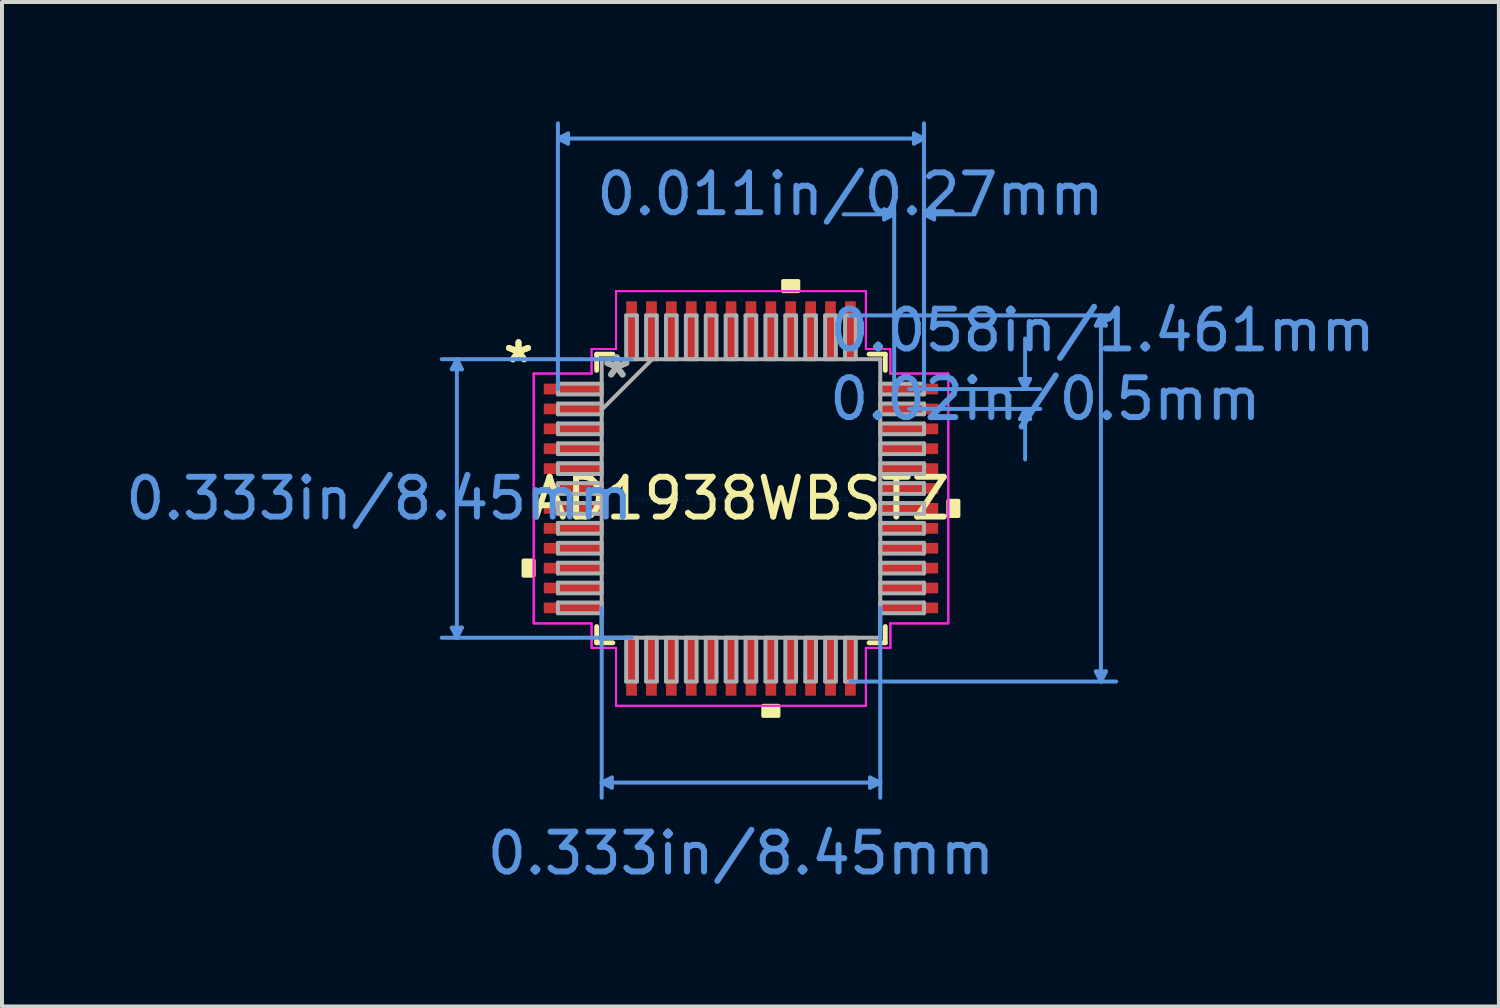
<source format=kicad_pcb>
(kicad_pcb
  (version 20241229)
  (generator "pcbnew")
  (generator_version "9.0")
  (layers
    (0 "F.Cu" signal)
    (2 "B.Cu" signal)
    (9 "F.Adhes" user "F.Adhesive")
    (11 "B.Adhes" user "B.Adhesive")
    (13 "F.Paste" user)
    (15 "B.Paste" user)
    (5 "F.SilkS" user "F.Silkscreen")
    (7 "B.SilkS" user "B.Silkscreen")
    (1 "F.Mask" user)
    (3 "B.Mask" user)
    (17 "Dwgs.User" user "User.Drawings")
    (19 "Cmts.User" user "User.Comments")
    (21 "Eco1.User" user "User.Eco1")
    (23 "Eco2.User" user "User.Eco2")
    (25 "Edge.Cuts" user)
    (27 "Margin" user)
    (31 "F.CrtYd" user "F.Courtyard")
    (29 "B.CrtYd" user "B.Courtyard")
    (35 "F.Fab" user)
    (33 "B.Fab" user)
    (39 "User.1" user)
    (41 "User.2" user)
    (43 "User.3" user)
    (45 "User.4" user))
  (footprint "AD1938WBSTZ"
    (layer "F.Cu")
    (at 15.57 9.476)
    (property "Reference" "AD1938WBSTZ" (at 0 0 0) (layer "F.SilkS") (effects (font (size 1 1) (thickness 0.15))))
    (attr through_hole)
    (fp_line (start -3.627 -3.627) (end -3.627 -3.218) (stroke (width 0.12) (type solid)) (layer "F.SilkS"))
    (fp_line (start -3.627 3.218) (end -3.627 3.627) (stroke (width 0.12) (type solid)) (layer "F.SilkS"))
    (fp_line (start -3.627 3.627) (end -3.218 3.627) (stroke (width 0.12) (type solid)) (layer "F.SilkS"))
    (fp_line (start -3.218 -3.627) (end -3.627 -3.627) (stroke (width 0.12) (type solid)) (layer "F.SilkS"))
    (fp_line (start 3.218 3.627) (end 3.627 3.627) (stroke (width 0.12) (type solid)) (layer "F.SilkS"))
    (fp_line (start 3.627 -3.627) (end 3.218 -3.627) (stroke (width 0.12) (type solid)) (layer "F.SilkS"))
    (fp_line (start 3.627 -3.218) (end 3.627 -3.627) (stroke (width 0.12) (type solid)) (layer "F.SilkS"))
    (fp_line (start 3.627 3.627) (end 3.627 3.218) (stroke (width 0.12) (type solid)) (layer "F.SilkS"))
    (fp_poly (pts (xy -5.464 1.559) (xy -5.464 1.94) (xy -5.21 1.94) (xy -5.21 1.559)) (stroke (width 0.1) (type solid)) (fill yes) (layer "F.SilkS"))
    (fp_poly (pts (xy 0.56 5.21) (xy 0.56 5.464) (xy 0.941 5.464) (xy 0.941 5.21)) (stroke (width 0.1) (type solid)) (fill yes) (layer "F.SilkS"))
    (fp_poly (pts (xy 1.06 -5.21) (xy 1.06 -5.464) (xy 1.44 -5.464) (xy 1.44 -5.21)) (stroke (width 0.1) (type solid)) (fill yes) (layer "F.SilkS"))
    (fp_poly (pts (xy 5.464 0.059) (xy 5.464 0.441) (xy 5.21 0.441) (xy 5.21 0.059)) (stroke (width 0.1) (type solid)) (fill yes) (layer "F.SilkS"))
    (fp_line (start -7.267 -3.246) (end -7.013 -3.246) (stroke (width 0.1) (type solid)) (layer "Cmts.User"))
    (fp_line (start -7.267 3.246) (end -7.013 3.246) (stroke (width 0.1) (type solid)) (layer "Cmts.User"))
    (fp_line (start -7.14 -3.5) (end -7.267 -3.246) (stroke (width 0.1) (type solid)) (layer "Cmts.User"))
    (fp_line (start -7.14 -3.5) (end -7.14 3.5) (stroke (width 0.1) (type solid)) (layer "Cmts.User"))
    (fp_line (start -7.14 -3.5) (end -7.013 -3.246) (stroke (width 0.1) (type solid)) (layer "Cmts.User"))
    (fp_line (start -7.14 3.5) (end -7.267 3.246) (stroke (width 0.1) (type solid)) (layer "Cmts.User"))
    (fp_line (start -7.14 3.5) (end -7.013 3.246) (stroke (width 0.1) (type solid)) (layer "Cmts.User"))
    (fp_line (start -4.6 -9.045) (end -4.346 -9.172) (stroke (width 0.1) (type solid)) (layer "Cmts.User"))
    (fp_line (start -4.6 -9.045) (end -4.346 -8.918) (stroke (width 0.1) (type solid)) (layer "Cmts.User"))
    (fp_line (start -4.6 -9.045) (end 4.6 -9.045) (stroke (width 0.1) (type solid)) (layer "Cmts.User"))
    (fp_line (start -4.6 -2.75) (end -4.6 -9.426) (stroke (width 0.1) (type solid)) (layer "Cmts.User"))
    (fp_line (start -4.346 -9.172) (end -4.346 -8.918) (stroke (width 0.1) (type solid)) (layer "Cmts.User"))
    (fp_line (start -3.5 2.75) (end -3.5 7.521) (stroke (width 0.1) (type solid)) (layer "Cmts.User"))
    (fp_line (start -3.5 7.14) (end -3.246 7.013) (stroke (width 0.1) (type solid)) (layer "Cmts.User"))
    (fp_line (start -3.5 7.14) (end -3.246 7.267) (stroke (width 0.1) (type solid)) (layer "Cmts.User"))
    (fp_line (start -3.5 7.14) (end 3.5 7.14) (stroke (width 0.1) (type solid)) (layer "Cmts.User"))
    (fp_line (start -3.246 7.013) (end -3.246 7.267) (stroke (width 0.1) (type solid)) (layer "Cmts.User"))
    (fp_line (start -2.75 -3.5) (end -7.521 -3.5) (stroke (width 0.1) (type solid)) (layer "Cmts.User"))
    (fp_line (start -2.75 3.5) (end -7.521 3.5) (stroke (width 0.1) (type solid)) (layer "Cmts.User"))
    (fp_line (start 2.75 -4.6) (end 9.426 -4.6) (stroke (width 0.1) (type solid)) (layer "Cmts.User"))
    (fp_line (start 2.75 4.6) (end 9.426 4.6) (stroke (width 0.1) (type solid)) (layer "Cmts.User"))
    (fp_line (start 3.246 7.013) (end 3.246 7.267) (stroke (width 0.1) (type solid)) (layer "Cmts.User"))
    (fp_line (start 3.5 2.75) (end 3.5 7.521) (stroke (width 0.1) (type solid)) (layer "Cmts.User"))
    (fp_line (start 3.5 7.14) (end 3.246 7.013) (stroke (width 0.1) (type solid)) (layer "Cmts.User"))
    (fp_line (start 3.5 7.14) (end 3.246 7.267) (stroke (width 0.1) (type solid)) (layer "Cmts.User"))
    (fp_line (start 3.596 -7.267) (end 3.596 -7.013) (stroke (width 0.1) (type solid)) (layer "Cmts.User"))
    (fp_line (start 3.85 -7.14) (end 2.58 -7.14) (stroke (width 0.1) (type solid)) (layer "Cmts.User"))
    (fp_line (start 3.85 -7.14) (end 3.596 -7.267) (stroke (width 0.1) (type solid)) (layer "Cmts.User"))
    (fp_line (start 3.85 -7.14) (end 3.596 -7.013) (stroke (width 0.1) (type solid)) (layer "Cmts.User"))
    (fp_line (start 3.85 -2.75) (end 3.85 -7.521) (stroke (width 0.1) (type solid)) (layer "Cmts.User"))
    (fp_line (start 4.225 -2.75) (end 7.521 -2.75) (stroke (width 0.1) (type solid)) (layer "Cmts.User"))
    (fp_line (start 4.225 -2.25) (end 7.521 -2.25) (stroke (width 0.1) (type solid)) (layer "Cmts.User"))
    (fp_line (start 4.346 -9.172) (end 4.346 -8.918) (stroke (width 0.1) (type solid)) (layer "Cmts.User"))
    (fp_line (start 4.6 -9.045) (end 4.346 -9.172) (stroke (width 0.1) (type solid)) (layer "Cmts.User"))
    (fp_line (start 4.6 -9.045) (end 4.346 -8.918) (stroke (width 0.1) (type solid)) (layer "Cmts.User"))
    (fp_line (start 4.6 -7.14) (end 4.854 -7.267) (stroke (width 0.1) (type solid)) (layer "Cmts.User"))
    (fp_line (start 4.6 -7.14) (end 4.854 -7.013) (stroke (width 0.1) (type solid)) (layer "Cmts.User"))
    (fp_line (start 4.6 -7.14) (end 5.87 -7.14) (stroke (width 0.1) (type solid)) (layer "Cmts.User"))
    (fp_line (start 4.6 -2.75) (end 4.6 -9.426) (stroke (width 0.1) (type solid)) (layer "Cmts.User"))
    (fp_line (start 4.6 -2.75) (end 4.6 -7.521) (stroke (width 0.1) (type solid)) (layer "Cmts.User"))
    (fp_line (start 4.854 -7.267) (end 4.854 -7.013) (stroke (width 0.1) (type solid)) (layer "Cmts.User"))
    (fp_line (start 7.013 -3.004) (end 7.267 -3.004) (stroke (width 0.1) (type solid)) (layer "Cmts.User"))
    (fp_line (start 7.013 -1.996) (end 7.267 -1.996) (stroke (width 0.1) (type solid)) (layer "Cmts.User"))
    (fp_line (start 7.14 -2.75) (end 7.013 -3.004) (stroke (width 0.1) (type solid)) (layer "Cmts.User"))
    (fp_line (start 7.14 -2.75) (end 7.14 -4.02) (stroke (width 0.1) (type solid)) (layer "Cmts.User"))
    (fp_line (start 7.14 -2.75) (end 7.267 -3.004) (stroke (width 0.1) (type solid)) (layer "Cmts.User"))
    (fp_line (start 7.14 -2.25) (end 7.013 -1.996) (stroke (width 0.1) (type solid)) (layer "Cmts.User"))
    (fp_line (start 7.14 -2.25) (end 7.14 -0.98) (stroke (width 0.1) (type solid)) (layer "Cmts.User"))
    (fp_line (start 7.14 -2.25) (end 7.267 -1.996) (stroke (width 0.1) (type solid)) (layer "Cmts.User"))
    (fp_line (start 8.918 -4.346) (end 9.172 -4.346) (stroke (width 0.1) (type solid)) (layer "Cmts.User"))
    (fp_line (start 8.918 4.346) (end 9.172 4.346) (stroke (width 0.1) (type solid)) (layer "Cmts.User"))
    (fp_line (start 9.045 -4.6) (end 8.918 -4.346) (stroke (width 0.1) (type solid)) (layer "Cmts.User"))
    (fp_line (start 9.045 -4.6) (end 9.045 4.6) (stroke (width 0.1) (type solid)) (layer "Cmts.User"))
    (fp_line (start 9.045 -4.6) (end 9.172 -4.346) (stroke (width 0.1) (type solid)) (layer "Cmts.User"))
    (fp_line (start 9.045 4.6) (end 8.918 4.346) (stroke (width 0.1) (type solid)) (layer "Cmts.User"))
    (fp_line (start 9.045 4.6) (end 9.172 4.346) (stroke (width 0.1) (type solid)) (layer "Cmts.User"))
    (fp_line (start -5.21 -3.139) (end -3.754 -3.139) (stroke (width 0.05) (type solid)) (layer "F.CrtYd"))
    (fp_line (start -5.21 -3.139) (end -3.754 -3.139) (stroke (width 0.05) (type solid)) (layer "F.CrtYd"))
    (fp_line (start -5.21 3.139) (end -5.21 -3.139) (stroke (width 0.05) (type solid)) (layer "F.CrtYd"))
    (fp_line (start -5.21 3.139) (end -5.21 -3.139) (stroke (width 0.05) (type solid)) (layer "F.CrtYd"))
    (fp_line (start -3.754 -3.754) (end -3.139 -3.754) (stroke (width 0.05) (type solid)) (layer "F.CrtYd"))
    (fp_line (start -3.754 -3.754) (end -3.139 -3.754) (stroke (width 0.05) (type solid)) (layer "F.CrtYd"))
    (fp_line (start -3.754 -3.139) (end -3.754 -3.754) (stroke (width 0.05) (type solid)) (layer "F.CrtYd"))
    (fp_line (start -3.754 -3.139) (end -3.754 -3.754) (stroke (width 0.05) (type solid)) (layer "F.CrtYd"))
    (fp_line (start -3.754 3.139) (end -5.21 3.139) (stroke (width 0.05) (type solid)) (layer "F.CrtYd"))
    (fp_line (start -3.754 3.139) (end -5.21 3.139) (stroke (width 0.05) (type solid)) (layer "F.CrtYd"))
    (fp_line (start -3.754 3.754) (end -3.754 3.139) (stroke (width 0.05) (type solid)) (layer "F.CrtYd"))
    (fp_line (start -3.754 3.754) (end -3.754 3.139) (stroke (width 0.05) (type solid)) (layer "F.CrtYd"))
    (fp_line (start -3.754 3.754) (end -3.139 3.754) (stroke (width 0.05) (type solid)) (layer "F.CrtYd"))
    (fp_line (start -3.139 -5.21) (end 3.139 -5.21) (stroke (width 0.05) (type solid)) (layer "F.CrtYd"))
    (fp_line (start -3.139 -5.21) (end 3.139 -5.21) (stroke (width 0.05) (type solid)) (layer "F.CrtYd"))
    (fp_line (start -3.139 -3.754) (end -3.139 -5.21) (stroke (width 0.05) (type solid)) (layer "F.CrtYd"))
    (fp_line (start -3.139 -3.754) (end -3.139 -5.21) (stroke (width 0.05) (type solid)) (layer "F.CrtYd"))
    (fp_line (start -3.139 3.754) (end -3.754 3.754) (stroke (width 0.05) (type solid)) (layer "F.CrtYd"))
    (fp_line (start -3.139 3.754) (end -3.139 5.21) (stroke (width 0.05) (type solid)) (layer "F.CrtYd"))
    (fp_line (start -3.139 5.21) (end -3.139 3.754) (stroke (width 0.05) (type solid)) (layer "F.CrtYd"))
    (fp_line (start -3.139 5.21) (end 3.139 5.21) (stroke (width 0.05) (type solid)) (layer "F.CrtYd"))
    (fp_line (start 3.139 -5.21) (end 3.139 -3.754) (stroke (width 0.05) (type solid)) (layer "F.CrtYd"))
    (fp_line (start 3.139 -5.21) (end 3.139 -3.754) (stroke (width 0.05) (type solid)) (layer "F.CrtYd"))
    (fp_line (start 3.139 -3.754) (end 3.754 -3.754) (stroke (width 0.05) (type solid)) (layer "F.CrtYd"))
    (fp_line (start 3.139 -3.754) (end 3.754 -3.754) (stroke (width 0.05) (type solid)) (layer "F.CrtYd"))
    (fp_line (start 3.139 3.754) (end 3.139 5.21) (stroke (width 0.05) (type solid)) (layer "F.CrtYd"))
    (fp_line (start 3.139 3.754) (end 3.754 3.754) (stroke (width 0.05) (type solid)) (layer "F.CrtYd"))
    (fp_line (start 3.139 5.21) (end -3.139 5.21) (stroke (width 0.05) (type solid)) (layer "F.CrtYd"))
    (fp_line (start 3.139 5.21) (end 3.139 3.754) (stroke (width 0.05) (type solid)) (layer "F.CrtYd"))
    (fp_line (start 3.754 -3.754) (end 3.754 -3.139) (stroke (width 0.05) (type solid)) (layer "F.CrtYd"))
    (fp_line (start 3.754 -3.139) (end 3.754 -3.754) (stroke (width 0.05) (type solid)) (layer "F.CrtYd"))
    (fp_line (start 3.754 -3.139) (end 5.21 -3.139) (stroke (width 0.05) (type solid)) (layer "F.CrtYd"))
    (fp_line (start 3.754 3.139) (end 3.754 3.754) (stroke (width 0.05) (type solid)) (layer "F.CrtYd"))
    (fp_line (start 3.754 3.139) (end 5.21 3.139) (stroke (width 0.05) (type solid)) (layer "F.CrtYd"))
    (fp_line (start 3.754 3.754) (end 3.139 3.754) (stroke (width 0.05) (type solid)) (layer "F.CrtYd"))
    (fp_line (start 3.754 3.754) (end 3.754 3.139) (stroke (width 0.05) (type solid)) (layer "F.CrtYd"))
    (fp_line (start 5.21 -3.139) (end 3.754 -3.139) (stroke (width 0.05) (type solid)) (layer "F.CrtYd"))
    (fp_line (start 5.21 -3.139) (end 5.21 3.139) (stroke (width 0.05) (type solid)) (layer "F.CrtYd"))
    (fp_line (start 5.21 3.139) (end 3.754 3.139) (stroke (width 0.05) (type solid)) (layer "F.CrtYd"))
    (fp_line (start 5.21 3.139) (end 5.21 -3.139) (stroke (width 0.05) (type solid)) (layer "F.CrtYd"))
    (fp_line (start -4.6 -2.885) (end -4.6 -2.615) (stroke (width 0.1) (type solid)) (layer "F.Fab"))
    (fp_line (start -4.6 -2.615) (end -3.5 -2.615) (stroke (width 0.1) (type solid)) (layer "F.Fab"))
    (fp_line (start -4.6 -2.385) (end -4.6 -2.115) (stroke (width 0.1) (type solid)) (layer "F.Fab"))
    (fp_line (start -4.6 -2.115) (end -3.5 -2.115) (stroke (width 0.1) (type solid)) (layer "F.Fab"))
    (fp_line (start -4.6 -1.885) (end -4.6 -1.615) (stroke (width 0.1) (type solid)) (layer "F.Fab"))
    (fp_line (start -4.6 -1.615) (end -3.5 -1.615) (stroke (width 0.1) (type solid)) (layer "F.Fab"))
    (fp_line (start -4.6 -1.385) (end -4.6 -1.115) (stroke (width 0.1) (type solid)) (layer "F.Fab"))
    (fp_line (start -4.6 -1.115) (end -3.5 -1.115) (stroke (width 0.1) (type solid)) (layer "F.Fab"))
    (fp_line (start -4.6 -0.885) (end -4.6 -0.615) (stroke (width 0.1) (type solid)) (layer "F.Fab"))
    (fp_line (start -4.6 -0.615) (end -3.5 -0.615) (stroke (width 0.1) (type solid)) (layer "F.Fab"))
    (fp_line (start -4.6 -0.385) (end -4.6 -0.115) (stroke (width 0.1) (type solid)) (layer "F.Fab"))
    (fp_line (start -4.6 -0.115) (end -3.5 -0.115) (stroke (width 0.1) (type solid)) (layer "F.Fab"))
    (fp_line (start -4.6 0.115) (end -4.6 0.385) (stroke (width 0.1) (type solid)) (layer "F.Fab"))
    (fp_line (start -4.6 0.385) (end -3.5 0.385) (stroke (width 0.1) (type solid)) (layer "F.Fab"))
    (fp_line (start -4.6 0.615) (end -4.6 0.885) (stroke (width 0.1) (type solid)) (layer "F.Fab"))
    (fp_line (start -4.6 0.885) (end -3.5 0.885) (stroke (width 0.1) (type solid)) (layer "F.Fab"))
    (fp_line (start -4.6 1.115) (end -4.6 1.385) (stroke (width 0.1) (type solid)) (layer "F.Fab"))
    (fp_line (start -4.6 1.385) (end -3.5 1.385) (stroke (width 0.1) (type solid)) (layer "F.Fab"))
    (fp_line (start -4.6 1.615) (end -4.6 1.885) (stroke (width 0.1) (type solid)) (layer "F.Fab"))
    (fp_line (start -4.6 1.885) (end -3.5 1.885) (stroke (width 0.1) (type solid)) (layer "F.Fab"))
    (fp_line (start -4.6 2.115) (end -4.6 2.385) (stroke (width 0.1) (type solid)) (layer "F.Fab"))
    (fp_line (start -4.6 2.385) (end -3.5 2.385) (stroke (width 0.1) (type solid)) (layer "F.Fab"))
    (fp_line (start -4.6 2.615) (end -4.6 2.885) (stroke (width 0.1) (type solid)) (layer "F.Fab"))
    (fp_line (start -4.6 2.885) (end -3.5 2.885) (stroke (width 0.1) (type solid)) (layer "F.Fab"))
    (fp_line (start -3.5 -3.5) (end -3.5 -3.5) (stroke (width 0.1) (type solid)) (layer "F.Fab"))
    (fp_line (start -3.5 -3.5) (end -3.5 3.5) (stroke (width 0.1) (type solid)) (layer "F.Fab"))
    (fp_line (start -3.5 3.5) (end -3.5 3.5) (stroke (width 0.1) (type solid)) (layer "F.Fab"))
    (fp_line (start -3.5 3.5) (end 3.5 3.5) (stroke (width 0.1) (type solid)) (layer "F.Fab"))
    (fp_line (start -3.5 -2.885) (end -4.6 -2.885) (stroke (width 0.1) (type solid)) (layer "F.Fab"))
    (fp_line (start -3.5 -2.615) (end -3.5 -2.885) (stroke (width 0.1) (type solid)) (layer "F.Fab"))
    (fp_line (start -3.5 -2.385) (end -4.6 -2.385) (stroke (width 0.1) (type solid)) (layer "F.Fab"))
    (fp_line (start -3.5 -2.23) (end -2.23 -3.5) (stroke (width 0.1) (type solid)) (layer "F.Fab"))
    (fp_line (start -3.5 -2.115) (end -3.5 -2.385) (stroke (width 0.1) (type solid)) (layer "F.Fab"))
    (fp_line (start -3.5 -1.885) (end -4.6 -1.885) (stroke (width 0.1) (type solid)) (layer "F.Fab"))
    (fp_line (start -3.5 -1.615) (end -3.5 -1.885) (stroke (width 0.1) (type solid)) (layer "F.Fab"))
    (fp_line (start -3.5 -1.385) (end -4.6 -1.385) (stroke (width 0.1) (type solid)) (layer "F.Fab"))
    (fp_line (start -3.5 -1.115) (end -3.5 -1.385) (stroke (width 0.1) (type solid)) (layer "F.Fab"))
    (fp_line (start -3.5 -0.885) (end -4.6 -0.885) (stroke (width 0.1) (type solid)) (layer "F.Fab"))
    (fp_line (start -3.5 -0.615) (end -3.5 -0.885) (stroke (width 0.1) (type solid)) (layer "F.Fab"))
    (fp_line (start -3.5 -0.385) (end -4.6 -0.385) (stroke (width 0.1) (type solid)) (layer "F.Fab"))
    (fp_line (start -3.5 -0.115) (end -3.5 -0.385) (stroke (width 0.1) (type solid)) (layer "F.Fab"))
    (fp_line (start -3.5 0.115) (end -4.6 0.115) (stroke (width 0.1) (type solid)) (layer "F.Fab"))
    (fp_line (start -3.5 0.385) (end -3.5 0.115) (stroke (width 0.1) (type solid)) (layer "F.Fab"))
    (fp_line (start -3.5 0.615) (end -4.6 0.615) (stroke (width 0.1) (type solid)) (layer "F.Fab"))
    (fp_line (start -3.5 0.885) (end -3.5 0.615) (stroke (width 0.1) (type solid)) (layer "F.Fab"))
    (fp_line (start -3.5 1.115) (end -4.6 1.115) (stroke (width 0.1) (type solid)) (layer "F.Fab"))
    (fp_line (start -3.5 1.385) (end -3.5 1.115) (stroke (width 0.1) (type solid)) (layer "F.Fab"))
    (fp_line (start -3.5 1.615) (end -4.6 1.615) (stroke (width 0.1) (type solid)) (layer "F.Fab"))
    (fp_line (start -3.5 1.885) (end -3.5 1.615) (stroke (width 0.1) (type solid)) (layer "F.Fab"))
    (fp_line (start -3.5 2.115) (end -4.6 2.115) (stroke (width 0.1) (type solid)) (layer "F.Fab"))
    (fp_line (start -3.5 2.385) (end -3.5 2.115) (stroke (width 0.1) (type solid)) (layer "F.Fab"))
    (fp_line (start -3.5 2.615) (end -4.6 2.615) (stroke (width 0.1) (type solid)) (layer "F.Fab"))
    (fp_line (start -3.5 2.885) (end -3.5 2.615) (stroke (width 0.1) (type solid)) (layer "F.Fab"))
    (fp_line (start -2.885 -4.6) (end -2.885 -3.5) (stroke (width 0.1) (type solid)) (layer "F.Fab"))
    (fp_line (start -2.885 -3.5) (end -2.615 -3.5) (stroke (width 0.1) (type solid)) (layer "F.Fab"))
    (fp_line (start -2.885 3.5) (end -2.885 4.6) (stroke (width 0.1) (type solid)) (layer "F.Fab"))
    (fp_line (start -2.885 4.6) (end -2.615 4.6) (stroke (width 0.1) (type solid)) (layer "F.Fab"))
    (fp_line (start -2.615 -4.6) (end -2.885 -4.6) (stroke (width 0.1) (type solid)) (layer "F.Fab"))
    (fp_line (start -2.615 -3.5) (end -2.615 -4.6) (stroke (width 0.1) (type solid)) (layer "F.Fab"))
    (fp_line (start -2.615 3.5) (end -2.885 3.5) (stroke (width 0.1) (type solid)) (layer "F.Fab"))
    (fp_line (start -2.615 4.6) (end -2.615 3.5) (stroke (width 0.1) (type solid)) (layer "F.Fab"))
    (fp_line (start -2.385 -4.6) (end -2.385 -3.5) (stroke (width 0.1) (type solid)) (layer "F.Fab"))
    (fp_line (start -2.385 -3.5) (end -2.115 -3.5) (stroke (width 0.1) (type solid)) (layer "F.Fab"))
    (fp_line (start -2.385 3.5) (end -2.385 4.6) (stroke (width 0.1) (type solid)) (layer "F.Fab"))
    (fp_line (start -2.385 4.6) (end -2.115 4.6) (stroke (width 0.1) (type solid)) (layer "F.Fab"))
    (fp_line (start -2.115 -4.6) (end -2.385 -4.6) (stroke (width 0.1) (type solid)) (layer "F.Fab"))
    (fp_line (start -2.115 -3.5) (end -2.115 -4.6) (stroke (width 0.1) (type solid)) (layer "F.Fab"))
    (fp_line (start -2.115 3.5) (end -2.385 3.5) (stroke (width 0.1) (type solid)) (layer "F.Fab"))
    (fp_line (start -2.115 4.6) (end -2.115 3.5) (stroke (width 0.1) (type solid)) (layer "F.Fab"))
    (fp_line (start -1.885 -4.6) (end -1.885 -3.5) (stroke (width 0.1) (type solid)) (layer "F.Fab"))
    (fp_line (start -1.885 -3.5) (end -1.615 -3.5) (stroke (width 0.1) (type solid)) (layer "F.Fab"))
    (fp_line (start -1.885 3.5) (end -1.885 4.6) (stroke (width 0.1) (type solid)) (layer "F.Fab"))
    (fp_line (start -1.885 4.6) (end -1.615 4.6) (stroke (width 0.1) (type solid)) (layer "F.Fab"))
    (fp_line (start -1.615 -4.6) (end -1.885 -4.6) (stroke (width 0.1) (type solid)) (layer "F.Fab"))
    (fp_line (start -1.615 -3.5) (end -1.615 -4.6) (stroke (width 0.1) (type solid)) (layer "F.Fab"))
    (fp_line (start -1.615 3.5) (end -1.885 3.5) (stroke (width 0.1) (type solid)) (layer "F.Fab"))
    (fp_line (start -1.615 4.6) (end -1.615 3.5) (stroke (width 0.1) (type solid)) (layer "F.Fab"))
    (fp_line (start -1.385 -4.6) (end -1.385 -3.5) (stroke (width 0.1) (type solid)) (layer "F.Fab"))
    (fp_line (start -1.385 -3.5) (end -1.115 -3.5) (stroke (width 0.1) (type solid)) (layer "F.Fab"))
    (fp_line (start -1.385 3.5) (end -1.385 4.6) (stroke (width 0.1) (type solid)) (layer "F.Fab"))
    (fp_line (start -1.385 4.6) (end -1.115 4.6) (stroke (width 0.1) (type solid)) (layer "F.Fab"))
    (fp_line (start -1.115 -4.6) (end -1.385 -4.6) (stroke (width 0.1) (type solid)) (layer "F.Fab"))
    (fp_line (start -1.115 -3.5) (end -1.115 -4.6) (stroke (width 0.1) (type solid)) (layer "F.Fab"))
    (fp_line (start -1.115 3.5) (end -1.385 3.5) (stroke (width 0.1) (type solid)) (layer "F.Fab"))
    (fp_line (start -1.115 4.6) (end -1.115 3.5) (stroke (width 0.1) (type solid)) (layer "F.Fab"))
    (fp_line (start -0.885 -4.6) (end -0.885 -3.5) (stroke (width 0.1) (type solid)) (layer "F.Fab"))
    (fp_line (start -0.885 -3.5) (end -0.615 -3.5) (stroke (width 0.1) (type solid)) (layer "F.Fab"))
    (fp_line (start -0.885 3.5) (end -0.885 4.6) (stroke (width 0.1) (type solid)) (layer "F.Fab"))
    (fp_line (start -0.885 4.6) (end -0.615 4.6) (stroke (width 0.1) (type solid)) (layer "F.Fab"))
    (fp_line (start -0.615 -4.6) (end -0.885 -4.6) (stroke (width 0.1) (type solid)) (layer "F.Fab"))
    (fp_line (start -0.615 -3.5) (end -0.615 -4.6) (stroke (width 0.1) (type solid)) (layer "F.Fab"))
    (fp_line (start -0.615 3.5) (end -0.885 3.5) (stroke (width 0.1) (type solid)) (layer "F.Fab"))
    (fp_line (start -0.615 4.6) (end -0.615 3.5) (stroke (width 0.1) (type solid)) (layer "F.Fab"))
    (fp_line (start -0.385 -4.6) (end -0.385 -3.5) (stroke (width 0.1) (type solid)) (layer "F.Fab"))
    (fp_line (start -0.385 -3.5) (end -0.115 -3.5) (stroke (width 0.1) (type solid)) (layer "F.Fab"))
    (fp_line (start -0.385 3.5) (end -0.385 4.6) (stroke (width 0.1) (type solid)) (layer "F.Fab"))
    (fp_line (start -0.385 4.6) (end -0.115 4.6) (stroke (width 0.1) (type solid)) (layer "F.Fab"))
    (fp_line (start -0.115 -4.6) (end -0.385 -4.6) (stroke (width 0.1) (type solid)) (layer "F.Fab"))
    (fp_line (start -0.115 -3.5) (end -0.115 -4.6) (stroke (width 0.1) (type solid)) (layer "F.Fab"))
    (fp_line (start -0.115 3.5) (end -0.385 3.5) (stroke (width 0.1) (type solid)) (layer "F.Fab"))
    (fp_line (start -0.115 4.6) (end -0.115 3.5) (stroke (width 0.1) (type solid)) (layer "F.Fab"))
    (fp_line (start 0.115 -4.6) (end 0.115 -3.5) (stroke (width 0.1) (type solid)) (layer "F.Fab"))
    (fp_line (start 0.115 -3.5) (end 0.385 -3.5) (stroke (width 0.1) (type solid)) (layer "F.Fab"))
    (fp_line (start 0.115 3.5) (end 0.115 4.6) (stroke (width 0.1) (type solid)) (layer "F.Fab"))
    (fp_line (start 0.115 4.6) (end 0.385 4.6) (stroke (width 0.1) (type solid)) (layer "F.Fab"))
    (fp_line (start 0.385 -4.6) (end 0.115 -4.6) (stroke (width 0.1) (type solid)) (layer "F.Fab"))
    (fp_line (start 0.385 -3.5) (end 0.385 -4.6) (stroke (width 0.1) (type solid)) (layer "F.Fab"))
    (fp_line (start 0.385 3.5) (end 0.115 3.5) (stroke (width 0.1) (type solid)) (layer "F.Fab"))
    (fp_line (start 0.385 4.6) (end 0.385 3.5) (stroke (width 0.1) (type solid)) (layer "F.Fab"))
    (fp_line (start 0.615 -4.6) (end 0.615 -3.5) (stroke (width 0.1) (type solid)) (layer "F.Fab"))
    (fp_line (start 0.615 -3.5) (end 0.885 -3.5) (stroke (width 0.1) (type solid)) (layer "F.Fab"))
    (fp_line (start 0.615 3.5) (end 0.615 4.6) (stroke (width 0.1) (type solid)) (layer "F.Fab"))
    (fp_line (start 0.615 4.6) (end 0.885 4.6) (stroke (width 0.1) (type solid)) (layer "F.Fab"))
    (fp_line (start 0.885 -4.6) (end 0.615 -4.6) (stroke (width 0.1) (type solid)) (layer "F.Fab"))
    (fp_line (start 0.885 -3.5) (end 0.885 -4.6) (stroke (width 0.1) (type solid)) (layer "F.Fab"))
    (fp_line (start 0.885 3.5) (end 0.615 3.5) (stroke (width 0.1) (type solid)) (layer "F.Fab"))
    (fp_line (start 0.885 4.6) (end 0.885 3.5) (stroke (width 0.1) (type solid)) (layer "F.Fab"))
    (fp_line (start 1.115 -4.6) (end 1.115 -3.5) (stroke (width 0.1) (type solid)) (layer "F.Fab"))
    (fp_line (start 1.115 -3.5) (end 1.385 -3.5) (stroke (width 0.1) (type solid)) (layer "F.Fab"))
    (fp_line (start 1.115 3.5) (end 1.115 4.6) (stroke (width 0.1) (type solid)) (layer "F.Fab"))
    (fp_line (start 1.115 4.6) (end 1.385 4.6) (stroke (width 0.1) (type solid)) (layer "F.Fab"))
    (fp_line (start 1.385 -4.6) (end 1.115 -4.6) (stroke (width 0.1) (type solid)) (layer "F.Fab"))
    (fp_line (start 1.385 -3.5) (end 1.385 -4.6) (stroke (width 0.1) (type solid)) (layer "F.Fab"))
    (fp_line (start 1.385 3.5) (end 1.115 3.5) (stroke (width 0.1) (type solid)) (layer "F.Fab"))
    (fp_line (start 1.385 4.6) (end 1.385 3.5) (stroke (width 0.1) (type solid)) (layer "F.Fab"))
    (fp_line (start 1.615 -4.6) (end 1.615 -3.5) (stroke (width 0.1) (type solid)) (layer "F.Fab"))
    (fp_line (start 1.615 -3.5) (end 1.885 -3.5) (stroke (width 0.1) (type solid)) (layer "F.Fab"))
    (fp_line (start 1.615 3.5) (end 1.615 4.6) (stroke (width 0.1) (type solid)) (layer "F.Fab"))
    (fp_line (start 1.615 4.6) (end 1.885 4.6) (stroke (width 0.1) (type solid)) (layer "F.Fab"))
    (fp_line (start 1.885 -4.6) (end 1.615 -4.6) (stroke (width 0.1) (type solid)) (layer "F.Fab"))
    (fp_line (start 1.885 -3.5) (end 1.885 -4.6) (stroke (width 0.1) (type solid)) (layer "F.Fab"))
    (fp_line (start 1.885 3.5) (end 1.615 3.5) (stroke (width 0.1) (type solid)) (layer "F.Fab"))
    (fp_line (start 1.885 4.6) (end 1.885 3.5) (stroke (width 0.1) (type solid)) (layer "F.Fab"))
    (fp_line (start 2.115 -4.6) (end 2.115 -3.5) (stroke (width 0.1) (type solid)) (layer "F.Fab"))
    (fp_line (start 2.115 -3.5) (end 2.385 -3.5) (stroke (width 0.1) (type solid)) (layer "F.Fab"))
    (fp_line (start 2.115 3.5) (end 2.115 4.6) (stroke (width 0.1) (type solid)) (layer "F.Fab"))
    (fp_line (start 2.115 4.6) (end 2.385 4.6) (stroke (width 0.1) (type solid)) (layer "F.Fab"))
    (fp_line (start 2.385 -4.6) (end 2.115 -4.6) (stroke (width 0.1) (type solid)) (layer "F.Fab"))
    (fp_line (start 2.385 -3.5) (end 2.385 -4.6) (stroke (width 0.1) (type solid)) (layer "F.Fab"))
    (fp_line (start 2.385 3.5) (end 2.115 3.5) (stroke (width 0.1) (type solid)) (layer "F.Fab"))
    (fp_line (start 2.385 4.6) (end 2.385 3.5) (stroke (width 0.1) (type solid)) (layer "F.Fab"))
    (fp_line (start 2.615 -4.6) (end 2.615 -3.5) (stroke (width 0.1) (type solid)) (layer "F.Fab"))
    (fp_line (start 2.615 -3.5) (end 2.885 -3.5) (stroke (width 0.1) (type solid)) (layer "F.Fab"))
    (fp_line (start 2.615 3.5) (end 2.615 4.6) (stroke (width 0.1) (type solid)) (layer "F.Fab"))
    (fp_line (start 2.615 4.6) (end 2.885 4.6) (stroke (width 0.1) (type solid)) (layer "F.Fab"))
    (fp_line (start 2.885 -4.6) (end 2.615 -4.6) (stroke (width 0.1) (type solid)) (layer "F.Fab"))
    (fp_line (start 2.885 -3.5) (end 2.885 -4.6) (stroke (width 0.1) (type solid)) (layer "F.Fab"))
    (fp_line (start 2.885 3.5) (end 2.615 3.5) (stroke (width 0.1) (type solid)) (layer "F.Fab"))
    (fp_line (start 2.885 4.6) (end 2.885 3.5) (stroke (width 0.1) (type solid)) (layer "F.Fab"))
    (fp_line (start 3.5 -2.885) (end 3.5 -2.615) (stroke (width 0.1) (type solid)) (layer "F.Fab"))
    (fp_line (start 3.5 -2.615) (end 4.6 -2.615) (stroke (width 0.1) (type solid)) (layer "F.Fab"))
    (fp_line (start 3.5 -2.385) (end 3.5 -2.115) (stroke (width 0.1) (type solid)) (layer "F.Fab"))
    (fp_line (start 3.5 -2.115) (end 4.6 -2.115) (stroke (width 0.1) (type solid)) (layer "F.Fab"))
    (fp_line (start 3.5 -1.885) (end 3.5 -1.615) (stroke (width 0.1) (type solid)) (layer "F.Fab"))
    (fp_line (start 3.5 -1.615) (end 4.6 -1.615) (stroke (width 0.1) (type solid)) (layer "F.Fab"))
    (fp_line (start 3.5 -1.385) (end 3.5 -1.115) (stroke (width 0.1) (type solid)) (layer "F.Fab"))
    (fp_line (start 3.5 -1.115) (end 4.6 -1.115) (stroke (width 0.1) (type solid)) (layer "F.Fab"))
    (fp_line (start 3.5 -0.885) (end 3.5 -0.615) (stroke (width 0.1) (type solid)) (layer "F.Fab"))
    (fp_line (start 3.5 -0.615) (end 4.6 -0.615) (stroke (width 0.1) (type solid)) (layer "F.Fab"))
    (fp_line (start 3.5 -0.385) (end 3.5 -0.115) (stroke (width 0.1) (type solid)) (layer "F.Fab"))
    (fp_line (start 3.5 -0.115) (end 4.6 -0.115) (stroke (width 0.1) (type solid)) (layer "F.Fab"))
    (fp_line (start 3.5 0.115) (end 3.5 0.385) (stroke (width 0.1) (type solid)) (layer "F.Fab"))
    (fp_line (start 3.5 0.385) (end 4.6 0.385) (stroke (width 0.1) (type solid)) (layer "F.Fab"))
    (fp_line (start 3.5 0.615) (end 3.5 0.885) (stroke (width 0.1) (type solid)) (layer "F.Fab"))
    (fp_line (start 3.5 0.885) (end 4.6 0.885) (stroke (width 0.1) (type solid)) (layer "F.Fab"))
    (fp_line (start 3.5 1.115) (end 3.5 1.385) (stroke (width 0.1) (type solid)) (layer "F.Fab"))
    (fp_line (start 3.5 1.385) (end 4.6 1.385) (stroke (width 0.1) (type solid)) (layer "F.Fab"))
    (fp_line (start 3.5 1.615) (end 3.5 1.885) (stroke (width 0.1) (type solid)) (layer "F.Fab"))
    (fp_line (start 3.5 1.885) (end 4.6 1.885) (stroke (width 0.1) (type solid)) (layer "F.Fab"))
    (fp_line (start 3.5 2.115) (end 3.5 2.385) (stroke (width 0.1) (type solid)) (layer "F.Fab"))
    (fp_line (start 3.5 2.385) (end 4.6 2.385) (stroke (width 0.1) (type solid)) (layer "F.Fab"))
    (fp_line (start 3.5 2.615) (end 3.5 2.885) (stroke (width 0.1) (type solid)) (layer "F.Fab"))
    (fp_line (start 3.5 2.885) (end 4.6 2.885) (stroke (width 0.1) (type solid)) (layer "F.Fab"))
    (fp_line (start 3.5 -3.5) (end -3.5 -3.5) (stroke (width 0.1) (type solid)) (layer "F.Fab"))
    (fp_line (start 3.5 -3.5) (end 3.5 -3.5) (stroke (width 0.1) (type solid)) (layer "F.Fab"))
    (fp_line (start 3.5 3.5) (end 3.5 -3.5) (stroke (width 0.1) (type solid)) (layer "F.Fab"))
    (fp_line (start 3.5 3.5) (end 3.5 3.5) (stroke (width 0.1) (type solid)) (layer "F.Fab"))
    (fp_line (start 4.6 -2.885) (end 3.5 -2.885) (stroke (width 0.1) (type solid)) (layer "F.Fab"))
    (fp_line (start 4.6 -2.615) (end 4.6 -2.885) (stroke (width 0.1) (type solid)) (layer "F.Fab"))
    (fp_line (start 4.6 -2.385) (end 3.5 -2.385) (stroke (width 0.1) (type solid)) (layer "F.Fab"))
    (fp_line (start 4.6 -2.115) (end 4.6 -2.385) (stroke (width 0.1) (type solid)) (layer "F.Fab"))
    (fp_line (start 4.6 -1.885) (end 3.5 -1.885) (stroke (width 0.1) (type solid)) (layer "F.Fab"))
    (fp_line (start 4.6 -1.615) (end 4.6 -1.885) (stroke (width 0.1) (type solid)) (layer "F.Fab"))
    (fp_line (start 4.6 -1.385) (end 3.5 -1.385) (stroke (width 0.1) (type solid)) (layer "F.Fab"))
    (fp_line (start 4.6 -1.115) (end 4.6 -1.385) (stroke (width 0.1) (type solid)) (layer "F.Fab"))
    (fp_line (start 4.6 -0.885) (end 3.5 -0.885) (stroke (width 0.1) (type solid)) (layer "F.Fab"))
    (fp_line (start 4.6 -0.615) (end 4.6 -0.885) (stroke (width 0.1) (type solid)) (layer "F.Fab"))
    (fp_line (start 4.6 -0.385) (end 3.5 -0.385) (stroke (width 0.1) (type solid)) (layer "F.Fab"))
    (fp_line (start 4.6 -0.115) (end 4.6 -0.385) (stroke (width 0.1) (type solid)) (layer "F.Fab"))
    (fp_line (start 4.6 0.115) (end 3.5 0.115) (stroke (width 0.1) (type solid)) (layer "F.Fab"))
    (fp_line (start 4.6 0.385) (end 4.6 0.115) (stroke (width 0.1) (type solid)) (layer "F.Fab"))
    (fp_line (start 4.6 0.615) (end 3.5 0.615) (stroke (width 0.1) (type solid)) (layer "F.Fab"))
    (fp_line (start 4.6 0.885) (end 4.6 0.615) (stroke (width 0.1) (type solid)) (layer "F.Fab"))
    (fp_line (start 4.6 1.115) (end 3.5 1.115) (stroke (width 0.1) (type solid)) (layer "F.Fab"))
    (fp_line (start 4.6 1.385) (end 4.6 1.115) (stroke (width 0.1) (type solid)) (layer "F.Fab"))
    (fp_line (start 4.6 1.615) (end 3.5 1.615) (stroke (width 0.1) (type solid)) (layer "F.Fab"))
    (fp_line (start 4.6 1.885) (end 4.6 1.615) (stroke (width 0.1) (type solid)) (layer "F.Fab"))
    (fp_line (start 4.6 2.115) (end 3.5 2.115) (stroke (width 0.1) (type solid)) (layer "F.Fab"))
    (fp_line (start 4.6 2.385) (end 4.6 2.115) (stroke (width 0.1) (type solid)) (layer "F.Fab"))
    (fp_line (start 4.6 2.615) (end 3.5 2.615) (stroke (width 0.1) (type solid)) (layer "F.Fab"))
    (fp_line (start 4.6 2.885) (end 4.6 2.615) (stroke (width 0.1) (type solid)) (layer "F.Fab"))
    (fp_text user "*" (at -5.591 -3.381 0) (layer "F.SilkS") (effects (font (size 1 1) (thickness 0.15))))
    (fp_text user "*" (at -5.591 -3.381 0) (layer "F.SilkS") (effects (font (size 1 1) (thickness 0.15))))
    (fp_text user "0.333in/8.45mm" (at 0 8.918 0) (layer "Cmts.User") (effects (font (size 1 1) (thickness 0.15))))
    (fp_text user "0.058in/1.461mm" (at 9.088 -4.225 0) (layer "Cmts.User") (effects (font (size 1 1) (thickness 0.15))))
    (fp_text user "0.333in/8.45mm" (at -9.088 0 0) (layer "Cmts.User") (effects (font (size 1 1) (thickness 0.15))))
    (fp_text user "Copyright 2021 Accelerated Designs. All rights reserved." (at 0 0 0) (layer "Cmts.User") (effects (font (size 0.127 0.127) (thickness 0.002))))
    (fp_text user "0.011in/0.27mm" (at 2.75 -7.648 0) (layer "Cmts.User") (effects (font (size 1 1) (thickness 0.15))))
    (fp_text user "0.02in/0.5mm" (at 7.648 -2.5 0) (layer "Cmts.User") (effects (font (size 1 1) (thickness 0.15))))
    (fp_text user "*" (at -3.119 -3 0) (layer "F.Fab") (effects (font (size 1 1) (thickness 0.15))))
    (fp_text user "*" (at -3.119 -3 0) (layer "F.Fab") (effects (font (size 1 1) (thickness 0.15))))
    (pad "1" smd rect (at -4.225 -2.75 90) (size 0.27 1.461) (layers "F.Cu" "F.Mask" "F.Paste"))
    (pad "2" smd rect (at -4.225 -2.25 90) (size 0.27 1.461) (layers "F.Cu" "F.Mask" "F.Paste"))
    (pad "3" smd rect (at -4.225 -1.75 90) (size 0.27 1.461) (layers "F.Cu" "F.Mask" "F.Paste"))
    (pad "4" smd rect (at -4.225 -1.25 90) (size 0.27 1.461) (layers "F.Cu" "F.Mask" "F.Paste"))
    (pad "5" smd rect (at -4.225 -0.75 90) (size 0.27 1.461) (layers "F.Cu" "F.Mask" "F.Paste"))
    (pad "6" smd rect (at -4.225 -0.25 90) (size 0.27 1.461) (layers "F.Cu" "F.Mask" "F.Paste"))
    (pad "7" smd rect (at -4.225 0.25 90) (size 0.27 1.461) (layers "F.Cu" "F.Mask" "F.Paste"))
    (pad "8" smd rect (at -4.225 0.75 90) (size 0.27 1.461) (layers "F.Cu" "F.Mask" "F.Paste"))
    (pad "9" smd rect (at -4.225 1.25 90) (size 0.27 1.461) (layers "F.Cu" "F.Mask" "F.Paste"))
    (pad "10" smd rect (at -4.225 1.75 90) (size 0.27 1.461) (layers "F.Cu" "F.Mask" "F.Paste"))
    (pad "11" smd rect (at -4.225 2.25 90) (size 0.27 1.461) (layers "F.Cu" "F.Mask" "F.Paste"))
    (pad "12" smd rect (at -4.225 2.75 90) (size 0.27 1.461) (layers "F.Cu" "F.Mask" "F.Paste"))
    (pad "13" smd rect (at -2.75 4.225) (size 0.27 1.461) (layers "F.Cu" "F.Mask" "F.Paste"))
    (pad "14" smd rect (at -2.25 4.225) (size 0.27 1.461) (layers "F.Cu" "F.Mask" "F.Paste"))
    (pad "15" smd rect (at -1.75 4.225) (size 0.27 1.461) (layers "F.Cu" "F.Mask" "F.Paste"))
    (pad "16" smd rect (at -1.25 4.225) (size 0.27 1.461) (layers "F.Cu" "F.Mask" "F.Paste"))
    (pad "17" smd rect (at -0.75 4.225) (size 0.27 1.461) (layers "F.Cu" "F.Mask" "F.Paste"))
    (pad "18" smd rect (at -0.25 4.225) (size 0.27 1.461) (layers "F.Cu" "F.Mask" "F.Paste"))
    (pad "19" smd rect (at 0.25 4.225) (size 0.27 1.461) (layers "F.Cu" "F.Mask" "F.Paste"))
    (pad "20" smd rect (at 0.75 4.225) (size 0.27 1.461) (layers "F.Cu" "F.Mask" "F.Paste"))
    (pad "21" smd rect (at 1.25 4.225) (size 0.27 1.461) (layers "F.Cu" "F.Mask" "F.Paste"))
    (pad "22" smd rect (at 1.75 4.225) (size 0.27 1.461) (layers "F.Cu" "F.Mask" "F.Paste"))
    (pad "23" smd rect (at 2.25 4.225) (size 0.27 1.461) (layers "F.Cu" "F.Mask" "F.Paste"))
    (pad "24" smd rect (at 2.75 4.225) (size 0.27 1.461) (layers "F.Cu" "F.Mask" "F.Paste"))
    (pad "25" smd rect (at 4.225 2.75 90) (size 0.27 1.461) (layers "F.Cu" "F.Mask" "F.Paste"))
    (pad "26" smd rect (at 4.225 2.25 90) (size 0.27 1.461) (layers "F.Cu" "F.Mask" "F.Paste"))
    (pad "27" smd rect (at 4.225 1.75 90) (size 0.27 1.461) (layers "F.Cu" "F.Mask" "F.Paste"))
    (pad "28" smd rect (at 4.225 1.25 90) (size 0.27 1.461) (layers "F.Cu" "F.Mask" "F.Paste"))
    (pad "29" smd rect (at 4.225 0.75 90) (size 0.27 1.461) (layers "F.Cu" "F.Mask" "F.Paste"))
    (pad "30" smd rect (at 4.225 0.25 90) (size 0.27 1.461) (layers "F.Cu" "F.Mask" "F.Paste"))
    (pad "31" smd rect (at 4.225 -0.25 90) (size 0.27 1.461) (layers "F.Cu" "F.Mask" "F.Paste"))
    (pad "32" smd rect (at 4.225 -0.75 90) (size 0.27 1.461) (layers "F.Cu" "F.Mask" "F.Paste"))
    (pad "33" smd rect (at 4.225 -1.25 90) (size 0.27 1.461) (layers "F.Cu" "F.Mask" "F.Paste"))
    (pad "34" smd rect (at 4.225 -1.75 90) (size 0.27 1.461) (layers "F.Cu" "F.Mask" "F.Paste"))
    (pad "35" smd rect (at 4.225 -2.25 90) (size 0.27 1.461) (layers "F.Cu" "F.Mask" "F.Paste"))
    (pad "36" smd rect (at 4.225 -2.75 90) (size 0.27 1.461) (layers "F.Cu" "F.Mask" "F.Paste"))
    (pad "37" smd rect (at 2.75 -4.225) (size 0.27 1.461) (layers "F.Cu" "F.Mask" "F.Paste"))
    (pad "38" smd rect (at 2.25 -4.225) (size 0.27 1.461) (layers "F.Cu" "F.Mask" "F.Paste"))
    (pad "39" smd rect (at 1.75 -4.225) (size 0.27 1.461) (layers "F.Cu" "F.Mask" "F.Paste"))
    (pad "40" smd rect (at 1.25 -4.225) (size 0.27 1.461) (layers "F.Cu" "F.Mask" "F.Paste"))
    (pad "41" smd rect (at 0.75 -4.225) (size 0.27 1.461) (layers "F.Cu" "F.Mask" "F.Paste"))
    (pad "42" smd rect (at 0.25 -4.225) (size 0.27 1.461) (layers "F.Cu" "F.Mask" "F.Paste"))
    (pad "43" smd rect (at -0.25 -4.225) (size 0.27 1.461) (layers "F.Cu" "F.Mask" "F.Paste"))
    (pad "44" smd rect (at -0.75 -4.225) (size 0.27 1.461) (layers "F.Cu" "F.Mask" "F.Paste"))
    (pad "45" smd rect (at -1.25 -4.225) (size 0.27 1.461) (layers "F.Cu" "F.Mask" "F.Paste"))
    (pad "46" smd rect (at -1.75 -4.225) (size 0.27 1.461) (layers "F.Cu" "F.Mask" "F.Paste"))
    (pad "47" smd rect (at -2.25 -4.225) (size 0.27 1.461) (layers "F.Cu" "F.Mask" "F.Paste"))
    (pad "48" smd rect (at -2.75 -4.225) (size 0.27 1.461) (layers "F.Cu" "F.Mask" "F.Paste")))
  (gr_rect
    (start -3 -3)
    (end 34.616 22.242)
    (stroke (width 0.1) (type default))
    (fill no)
    (layer "Edge.Cuts")))
</source>
